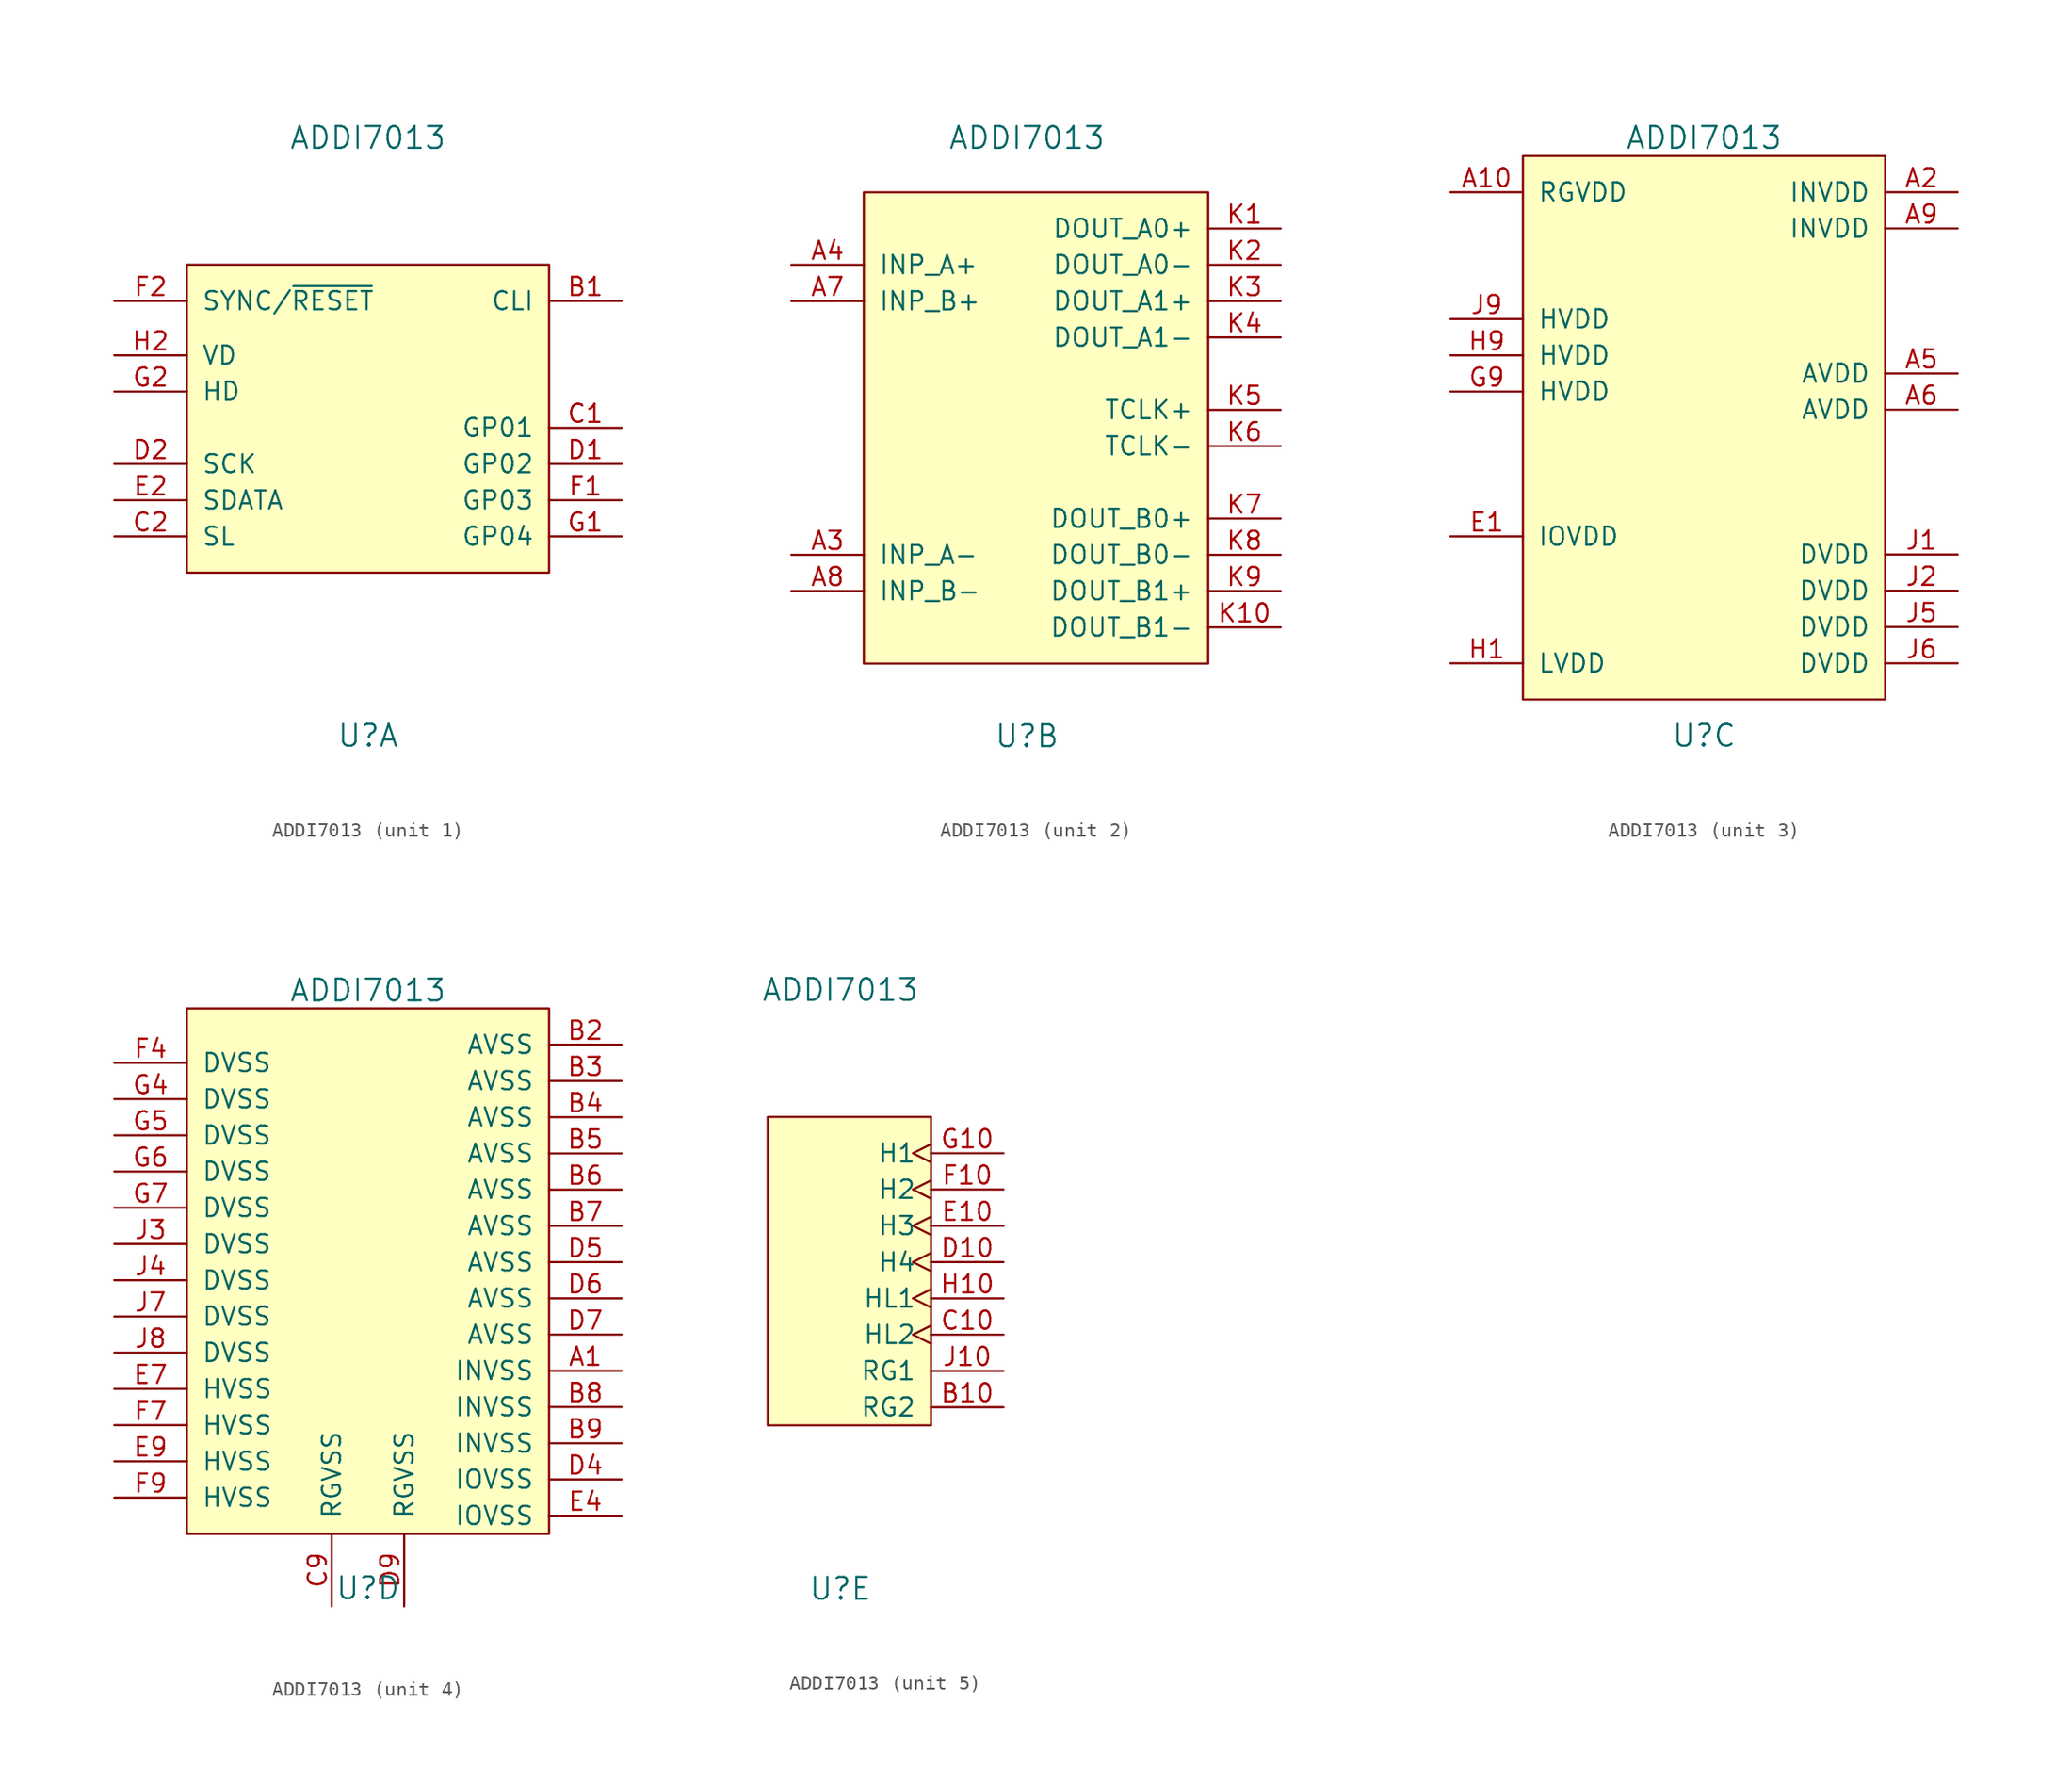
<source format=kicad_sym>
(kicad_symbol_lib
  (version 20231120)
  (generator "kicad_symbol_editor")
  (generator_version "8.0")
  (symbol "ADDI7013"
    (pin_names
      (offset 1.016))
    (property "Reference" "U"
      (at 0 -21.59 0)
      (effects (font (size 1.524 1.524))))
    (property "Value" "ADDI7013"
      (at 0 20.32 0)
      (effects (font (size 1.524 1.524))))
    (property "Footprint" ""
      (at -2.54 -6.35 0)
      (effects (font (size 1.524 1.524))))
    (property "Datasheet" ""
      (at -2.54 -6.35 0)
      (effects (font (size 1.524 1.524))))
    (property "ki_locked" ""
      (at 0 0 0)
      (effects (font (size 1.27 1.27))))
    (symbol "ADDI7013_1_1"
      (rectangle (start -12.7 11.43) (end 12.7 -10.16) (stroke (width 0) (type default)) (fill (type background)))
      (pin output line (at 17.78 8.89 180) (length 5.08) (name "CLI" (effects (font (size 1.27 1.27)))) (number "B1" (effects (font (size 1.27 1.27)))))
      (pin output line (at 17.78 0 180) (length 5.08) (name "GP01" (effects (font (size 1.27 1.27)))) (number "C1" (effects (font (size 1.27 1.27)))))
      (pin output line (at -17.78 -7.62 0) (length 5.08) (name "SL" (effects (font (size 1.27 1.27)))) (number "C2" (effects (font (size 1.27 1.27)))))
      (pin output line (at 17.78 -2.54 180) (length 5.08) (name "GP02" (effects (font (size 1.27 1.27)))) (number "D1" (effects (font (size 1.27 1.27)))))
      (pin output line (at -17.78 -2.54 0) (length 5.08) (name "SCK" (effects (font (size 1.27 1.27)))) (number "D2" (effects (font (size 1.27 1.27)))))
      (pin output line (at -17.78 -5.08 0) (length 5.08) (name "SDATA" (effects (font (size 1.27 1.27)))) (number "E2" (effects (font (size 1.27 1.27)))))
      (pin output line (at 17.78 -5.08 180) (length 5.08) (name "GP03" (effects (font (size 1.27 1.27)))) (number "F1" (effects (font (size 1.27 1.27)))))
      (pin input line (at -17.78 8.89 0) (length 5.08) (name "SYNC/~{RESET}" (effects (font (size 1.27 1.27)))) (number "F2" (effects (font (size 1.27 1.27)))))
      (pin output line (at 17.78 -7.62 180) (length 5.08) (name "GP04" (effects (font (size 1.27 1.27)))) (number "G1" (effects (font (size 1.27 1.27)))))
      (pin bidirectional line (at -17.78 2.54 0) (length 5.08) (name "HD" (effects (font (size 1.27 1.27)))) (number "G2" (effects (font (size 1.27 1.27)))))
      (pin bidirectional line (at -17.78 5.08 0) (length 5.08) (name "VD" (effects (font (size 1.27 1.27)))) (number "H2" (effects (font (size 1.27 1.27))))))
    (symbol "ADDI7013_2_1"
      (rectangle (start -11.43 16.51) (end 12.7 -16.51) (stroke (width 0) (type default)) (fill (type background)))
      (pin input line (at -16.51 -8.89 0) (length 5.08) (name "INP_A-" (effects (font (size 1.27 1.27)))) (number "A3" (effects (font (size 1.27 1.27)))))
      (pin input line (at -16.51 11.43 0) (length 5.08) (name "INP_A+" (effects (font (size 1.27 1.27)))) (number "A4" (effects (font (size 1.27 1.27)))))
      (pin input line (at -16.51 8.89 0) (length 5.08) (name "INP_B+" (effects (font (size 1.27 1.27)))) (number "A7" (effects (font (size 1.27 1.27)))))
      (pin input line (at -16.51 -11.43 0) (length 5.08) (name "INP_B-" (effects (font (size 1.27 1.27)))) (number "A8" (effects (font (size 1.27 1.27)))))
      (pin output line (at 17.78 13.97 180) (length 5.08) (name "DOUT_A0+" (effects (font (size 1.27 1.27)))) (number "K1" (effects (font (size 1.27 1.27)))))
      (pin output line (at 17.78 -13.97 180) (length 5.08) (name "DOUT_B1-" (effects (font (size 1.27 1.27)))) (number "K10" (effects (font (size 1.27 1.27)))))
      (pin output line (at 17.78 11.43 180) (length 5.08) (name "DOUT_A0-" (effects (font (size 1.27 1.27)))) (number "K2" (effects (font (size 1.27 1.27)))))
      (pin output line (at 17.78 8.89 180) (length 5.08) (name "DOUT_A1+" (effects (font (size 1.27 1.27)))) (number "K3" (effects (font (size 1.27 1.27)))))
      (pin output line (at 17.78 6.35 180) (length 5.08) (name "DOUT_A1-" (effects (font (size 1.27 1.27)))) (number "K4" (effects (font (size 1.27 1.27)))))
      (pin output line (at 17.78 1.27 180) (length 5.08) (name "TCLK+" (effects (font (size 1.27 1.27)))) (number "K5" (effects (font (size 1.27 1.27)))))
      (pin output line (at 17.78 -1.27 180) (length 5.08) (name "TCLK-" (effects (font (size 1.27 1.27)))) (number "K6" (effects (font (size 1.27 1.27)))))
      (pin output line (at 17.78 -6.35 180) (length 5.08) (name "DOUT_B0+" (effects (font (size 1.27 1.27)))) (number "K7" (effects (font (size 1.27 1.27)))))
      (pin output line (at 17.78 -8.89 180) (length 5.08) (name "DOUT_B0-" (effects (font (size 1.27 1.27)))) (number "K8" (effects (font (size 1.27 1.27)))))
      (pin output line (at 17.78 -11.43 180) (length 5.08) (name "DOUT_B1+" (effects (font (size 1.27 1.27)))) (number "K9" (effects (font (size 1.27 1.27))))))
    (symbol "ADDI7013_3_1"
      (rectangle (start -12.7 19.05) (end 12.7 -19.05) (stroke (width 0) (type default)) (fill (type background)))
      (pin power_in line (at -17.78 16.51 0) (length 5.08) (name "RGVDD" (effects (font (size 1.27 1.27)))) (number "A10" (effects (font (size 1.27 1.27)))))
      (pin power_in line (at 17.78 16.51 180) (length 5.08) (name "INVDD" (effects (font (size 1.27 1.27)))) (number "A2" (effects (font (size 1.27 1.27)))))
      (pin power_in line (at 17.78 3.81 180) (length 5.08) (name "AVDD" (effects (font (size 1.27 1.27)))) (number "A5" (effects (font (size 1.27 1.27)))))
      (pin power_in line (at 17.78 1.27 180) (length 5.08) (name "AVDD" (effects (font (size 1.27 1.27)))) (number "A6" (effects (font (size 1.27 1.27)))))
      (pin power_in line (at 17.78 13.97 180) (length 5.08) (name "INVDD" (effects (font (size 1.27 1.27)))) (number "A9" (effects (font (size 1.27 1.27)))))
      (pin power_in line (at -17.78 -7.62 0) (length 5.08) (name "IOVDD" (effects (font (size 1.27 1.27)))) (number "E1" (effects (font (size 1.27 1.27)))))
      (pin power_in line (at -17.78 2.54 0) (length 5.08) (name "HVDD" (effects (font (size 1.27 1.27)))) (number "G9" (effects (font (size 1.27 1.27)))))
      (pin power_in line (at -17.78 -16.51 0) (length 5.08) (name "LVDD" (effects (font (size 1.27 1.27)))) (number "H1" (effects (font (size 1.27 1.27)))))
      (pin power_in line (at -17.78 5.08 0) (length 5.08) (name "HVDD" (effects (font (size 1.27 1.27)))) (number "H9" (effects (font (size 1.27 1.27)))))
      (pin power_in line (at 17.78 -8.89 180) (length 5.08) (name "DVDD" (effects (font (size 1.27 1.27)))) (number "J1" (effects (font (size 1.27 1.27)))))
      (pin power_in line (at 17.78 -11.43 180) (length 5.08) (name "DVDD" (effects (font (size 1.27 1.27)))) (number "J2" (effects (font (size 1.27 1.27)))))
      (pin power_in line (at 17.78 -13.97 180) (length 5.08) (name "DVDD" (effects (font (size 1.27 1.27)))) (number "J5" (effects (font (size 1.27 1.27)))))
      (pin power_in line (at 17.78 -16.51 180) (length 5.08) (name "DVDD" (effects (font (size 1.27 1.27)))) (number "J6" (effects (font (size 1.27 1.27)))))
      (pin power_in line (at -17.78 7.62 0) (length 5.08) (name "HVDD" (effects (font (size 1.27 1.27)))) (number "J9" (effects (font (size 1.27 1.27))))))
    (symbol "ADDI7013_4_1"
      (rectangle (start -12.7 19.05) (end 12.7 -17.78) (stroke (width 0) (type default)) (fill (type background)))
      (pin power_in line (at 17.78 -6.35 180) (length 5.08) (name "INVSS" (effects (font (size 1.27 1.27)))) (number "A1" (effects (font (size 1.27 1.27)))))
      (pin power_in line (at 17.78 16.51 180) (length 5.08) (name "AVSS" (effects (font (size 1.27 1.27)))) (number "B2" (effects (font (size 1.27 1.27)))))
      (pin power_in line (at 17.78 13.97 180) (length 5.08) (name "AVSS" (effects (font (size 1.27 1.27)))) (number "B3" (effects (font (size 1.27 1.27)))))
      (pin power_in line (at 17.78 11.43 180) (length 5.08) (name "AVSS" (effects (font (size 1.27 1.27)))) (number "B4" (effects (font (size 1.27 1.27)))))
      (pin power_in line (at 17.78 8.89 180) (length 5.08) (name "AVSS" (effects (font (size 1.27 1.27)))) (number "B5" (effects (font (size 1.27 1.27)))))
      (pin power_in line (at 17.78 6.35 180) (length 5.08) (name "AVSS" (effects (font (size 1.27 1.27)))) (number "B6" (effects (font (size 1.27 1.27)))))
      (pin power_in line (at 17.78 3.81 180) (length 5.08) (name "AVSS" (effects (font (size 1.27 1.27)))) (number "B7" (effects (font (size 1.27 1.27)))))
      (pin power_in line (at 17.78 -8.89 180) (length 5.08) (name "INVSS" (effects (font (size 1.27 1.27)))) (number "B8" (effects (font (size 1.27 1.27)))))
      (pin power_in line (at 17.78 -11.43 180) (length 5.08) (name "INVSS" (effects (font (size 1.27 1.27)))) (number "B9" (effects (font (size 1.27 1.27)))))
      (pin power_in line (at -2.54 -22.86 90) (length 5.08) (name "RGVSS" (effects (font (size 1.27 1.27)))) (number "C9" (effects (font (size 1.27 1.27)))))
      (pin power_in line (at 17.78 -13.97 180) (length 5.08) (name "IOVSS" (effects (font (size 1.27 1.27)))) (number "D4" (effects (font (size 1.27 1.27)))))
      (pin power_in line (at 17.78 1.27 180) (length 5.08) (name "AVSS" (effects (font (size 1.27 1.27)))) (number "D5" (effects (font (size 1.27 1.27)))))
      (pin power_in line (at 17.78 -1.27 180) (length 5.08) (name "AVSS" (effects (font (size 1.27 1.27)))) (number "D6" (effects (font (size 1.27 1.27)))))
      (pin power_in line (at 17.78 -3.81 180) (length 5.08) (name "AVSS" (effects (font (size 1.27 1.27)))) (number "D7" (effects (font (size 1.27 1.27)))))
      (pin power_in line (at 2.54 -22.86 90) (length 5.08) (name "RGVSS" (effects (font (size 1.27 1.27)))) (number "D9" (effects (font (size 1.27 1.27)))))
      (pin power_in line (at 17.78 -16.51 180) (length 5.08) (name "IOVSS" (effects (font (size 1.27 1.27)))) (number "E4" (effects (font (size 1.27 1.27)))))
      (pin power_in line (at -17.78 -7.62 0) (length 5.08) (name "HVSS" (effects (font (size 1.27 1.27)))) (number "E7" (effects (font (size 1.27 1.27)))))
      (pin power_in line (at -17.78 -12.7 0) (length 5.08) (name "HVSS" (effects (font (size 1.27 1.27)))) (number "E9" (effects (font (size 1.27 1.27)))))
      (pin power_in line (at -17.78 15.24 0) (length 5.08) (name "DVSS" (effects (font (size 1.27 1.27)))) (number "F4" (effects (font (size 1.27 1.27)))))
      (pin power_in line (at -17.78 -10.16 0) (length 5.08) (name "HVSS" (effects (font (size 1.27 1.27)))) (number "F7" (effects (font (size 1.27 1.27)))))
      (pin power_in line (at -17.78 -15.24 0) (length 5.08) (name "HVSS" (effects (font (size 1.27 1.27)))) (number "F9" (effects (font (size 1.27 1.27)))))
      (pin power_in line (at -17.78 12.7 0) (length 5.08) (name "DVSS" (effects (font (size 1.27 1.27)))) (number "G4" (effects (font (size 1.27 1.27)))))
      (pin power_in line (at -17.78 10.16 0) (length 5.08) (name "DVSS" (effects (font (size 1.27 1.27)))) (number "G5" (effects (font (size 1.27 1.27)))))
      (pin power_in line (at -17.78 7.62 0) (length 5.08) (name "DVSS" (effects (font (size 1.27 1.27)))) (number "G6" (effects (font (size 1.27 1.27)))))
      (pin power_in line (at -17.78 5.08 0) (length 5.08) (name "DVSS" (effects (font (size 1.27 1.27)))) (number "G7" (effects (font (size 1.27 1.27)))))
      (pin power_in line (at -17.78 2.54 0) (length 5.08) (name "DVSS" (effects (font (size 1.27 1.27)))) (number "J3" (effects (font (size 1.27 1.27)))))
      (pin power_in line (at -17.78 0 0) (length 5.08) (name "DVSS" (effects (font (size 1.27 1.27)))) (number "J4" (effects (font (size 1.27 1.27)))))
      (pin power_in line (at -17.78 -2.54 0) (length 5.08) (name "DVSS" (effects (font (size 1.27 1.27)))) (number "J7" (effects (font (size 1.27 1.27)))))
      (pin power_in line (at -17.78 -5.08 0) (length 5.08) (name "DVSS" (effects (font (size 1.27 1.27)))) (number "J8" (effects (font (size 1.27 1.27))))))
    (symbol "ADDI7013_5_1"
      (rectangle (start -5.08 11.43) (end 6.35 -10.16) (stroke (width 0) (type default)) (fill (type background)))
      (pin output line (at 11.43 -8.89 180) (length 5.08) (name "RG2" (effects (font (size 1.27 1.27)))) (number "B10" (effects (font (size 1.27 1.27)))))
      (pin output clock (at 11.43 -3.81 180) (length 5.08) (name "HL2" (effects (font (size 1.27 1.27)))) (number "C10" (effects (font (size 1.27 1.27)))))
      (pin output clock (at 11.43 1.27 180) (length 5.08) (name "H4" (effects (font (size 1.27 1.27)))) (number "D10" (effects (font (size 1.27 1.27)))))
      (pin output clock (at 11.43 3.81 180) (length 5.08) (name "H3" (effects (font (size 1.27 1.27)))) (number "E10" (effects (font (size 1.27 1.27)))))
      (pin output clock (at 11.43 6.35 180) (length 5.08) (name "H2" (effects (font (size 1.27 1.27)))) (number "F10" (effects (font (size 1.27 1.27)))))
      (pin output clock (at 11.43 8.89 180) (length 5.08) (name "H1" (effects (font (size 1.27 1.27)))) (number "G10" (effects (font (size 1.27 1.27)))))
      (pin output clock (at 11.43 -1.27 180) (length 5.08) (name "HL1" (effects (font (size 1.27 1.27)))) (number "H10" (effects (font (size 1.27 1.27)))))
      (pin output line (at 11.43 -6.35 180) (length 5.08) (name "RG1" (effects (font (size 1.27 1.27)))) (number "J10" (effects (font (size 1.27 1.27))))))))
</source>
